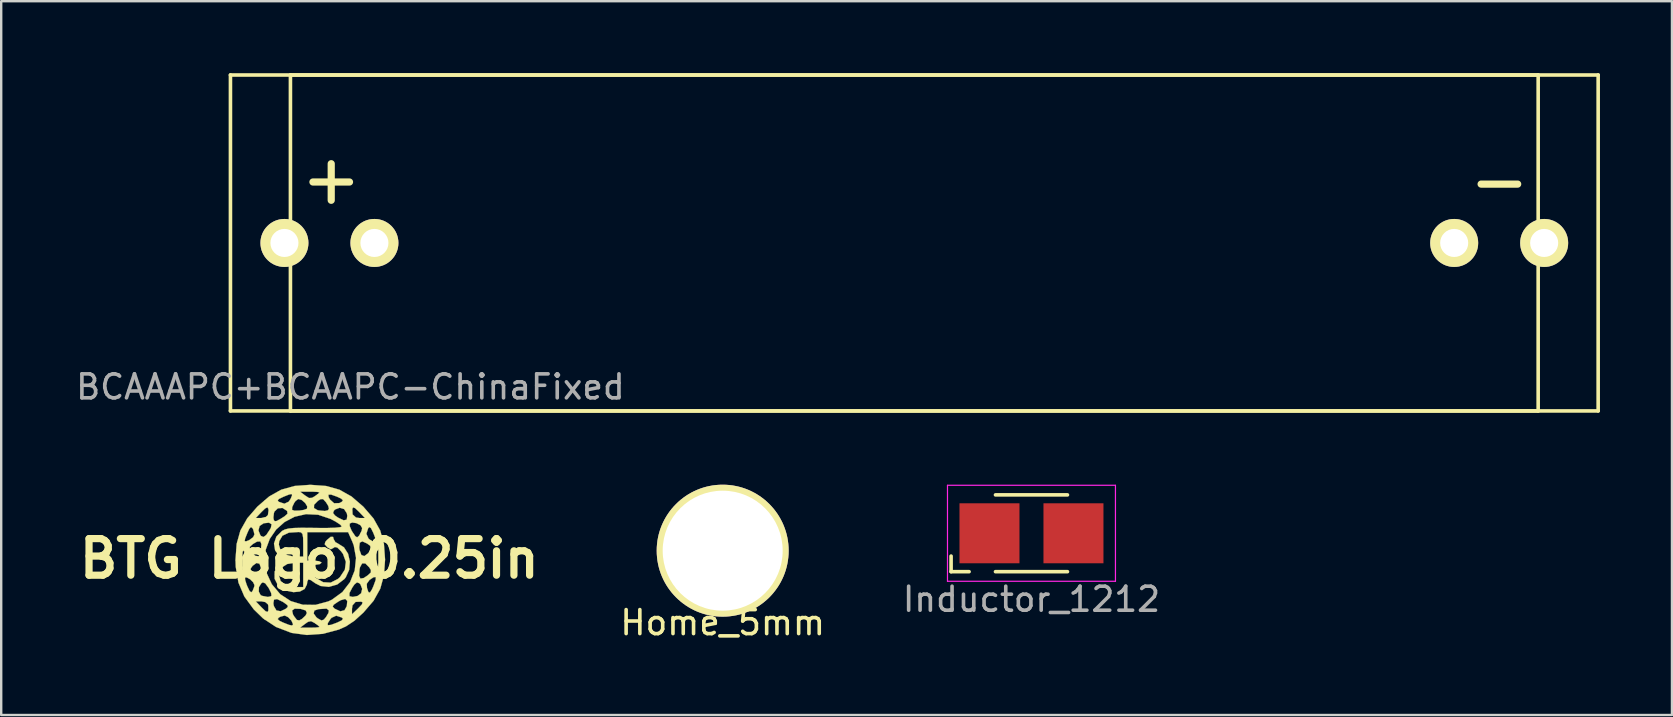
<source format=kicad_pcb>
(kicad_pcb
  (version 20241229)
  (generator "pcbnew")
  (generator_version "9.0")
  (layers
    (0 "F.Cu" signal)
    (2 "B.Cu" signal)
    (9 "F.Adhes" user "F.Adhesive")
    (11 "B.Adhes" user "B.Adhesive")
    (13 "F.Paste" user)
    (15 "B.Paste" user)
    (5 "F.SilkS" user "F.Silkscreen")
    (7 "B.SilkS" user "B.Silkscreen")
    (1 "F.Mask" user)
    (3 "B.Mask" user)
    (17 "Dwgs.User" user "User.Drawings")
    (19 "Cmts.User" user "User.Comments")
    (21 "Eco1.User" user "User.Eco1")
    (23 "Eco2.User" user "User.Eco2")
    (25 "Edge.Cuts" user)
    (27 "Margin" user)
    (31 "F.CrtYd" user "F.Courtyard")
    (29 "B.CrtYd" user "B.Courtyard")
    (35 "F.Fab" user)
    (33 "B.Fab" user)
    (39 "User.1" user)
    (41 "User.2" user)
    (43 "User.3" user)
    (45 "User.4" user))
  (footprint "BTG Logo 0.25in"
    (layer "F.Cu")
    (at 9.841 20.232)
    (property "Reference" "BTG Logo 0.25in" (at 0 0 0) (layer "F.SilkS") (effects (font (size 1.524 1.524) (thickness 0.3))))
    (attr through_hole)
    (fp_poly (pts (xy 0.699 -3.029) (xy 1.256 -2.873) (xy 1.76 -2.59) (xy 2.251 -2.166) (xy 2.674 -1.675) (xy 2.954 -1.175) (xy 3.109 -0.62) (xy 3.157 0.035) (xy 3.157 0.042) (xy 3.11 0.698) (xy 2.956 1.254) (xy 2.678 1.755) (xy 2.256 2.246) (xy 2.251 2.251) (xy 1.877 2.59) (xy 1.528 2.822) (xy 1.233 2.954) (xy 0.566 3.133) (xy -0.103 3.181) (xy -0.724 3.097) (xy -0.76 3.087) (xy -1.314 2.875) (xy -0.381 2.875) (xy 0.021 2.877) (xy 0.256 2.872) (xy 0.401 2.857) (xy 0.423 2.846) (xy 0.361 2.781) (xy 0.241 2.695) (xy 0.765 2.695) (xy 0.771 2.774) (xy 0.907 2.759) (xy 1.165 2.663) (xy 1.356 2.57) (xy 1.402 2.502) (xy 1.353 2.453) (xy 1.121 2.377) (xy 0.927 2.465) (xy 0.88 2.519) (xy 0.765 2.695) (xy 0.241 2.695) (xy 0.228 2.685) (xy 0.074 2.606) (xy -0.053 2.632) (xy -0.174 2.716) (xy -0.381 2.875) (xy -1.314 2.875) (xy -1.389 2.846) (xy -1.886 2.518) (xy -1.32 2.518) (xy -1.243 2.59) (xy -1.099 2.66) (xy -0.85 2.759) (xy -0.721 2.786) (xy -0.68 2.744) (xy -0.68 2.731) (xy -0.745 2.583) (xy -0.883 2.439) (xy -1.022 2.372) (xy -1.025 2.372) (xy -1.199 2.416) (xy -1.268 2.453) (xy -1.32 2.518) (xy -1.886 2.518) (xy -1.928 2.49) (xy -2.314 2.115) (xy -2.561 1.778) (xy -2.233 1.778) (xy -1.984 2.038) (xy -1.824 2.191) (xy -1.739 2.221) (xy -1.707 2.16) (xy -1.709 1.964) (xy -1.726 1.9) (xy -1.769 1.865) (xy -1.499 1.865) (xy -1.477 1.977) (xy -1.371 2.158) (xy -1.193 2.192) (xy -1.123 2.159) (xy -0.717 2.159) (xy -0.682 2.321) (xy -0.631 2.407) (xy -0.517 2.554) (xy -0.418 2.573) (xy -0.306 2.511) (xy -0.158 2.372) (xy -0.112 2.286) (xy 0.181 2.286) (xy 0.293 2.442) (xy 0.359 2.494) (xy 0.505 2.576) (xy 0.605 2.541) (xy 0.695 2.435) (xy 0.794 2.269) (xy 0.816 2.159) (xy 0.723 2.084) (xy 0.691 2.083) (xy 0.534 2.094) (xy 0.381 2.104) (xy 0.211 2.162) (xy 0.181 2.286) (xy -0.112 2.286) (xy -0.102 2.265) (xy -0.151 2.158) (xy -0.356 2.094) (xy -0.609 2.084) (xy -0.717 2.159) (xy -1.123 2.159) (xy -0.98 2.089) (xy -0.894 2.01) (xy -0.898 1.993) (xy 0.973 1.993) (xy 1.035 2.067) (xy 1.064 2.089) (xy 1.293 2.195) (xy 1.466 2.15) (xy 1.501 2.088) (xy 1.778 2.088) (xy 1.778 2.318) (xy 2.038 2.069) (xy 2.191 1.908) (xy 2.221 1.824) (xy 2.16 1.792) (xy 1.928 1.803) (xy 1.8 1.945) (xy 1.778 2.088) (xy 1.501 2.088) (xy 1.562 1.977) (xy 1.581 1.761) (xy 1.497 1.679) (xy 1.311 1.731) (xy 1.196 1.797) (xy 1.02 1.917) (xy 0.973 1.993) (xy -0.898 1.993) (xy -0.913 1.938) (xy -1.056 1.832) (xy -1.111 1.797) (xy -1.343 1.685) (xy -1.472 1.708) (xy -1.499 1.865) (xy -1.769 1.865) (xy -1.836 1.81) (xy -2.003 1.778) (xy -2.233 1.778) (xy -2.561 1.778) (xy -2.707 1.579) (xy -2.954 0.998) (xy -2.99 0.789) (xy -2.68 0.789) (xy -2.675 0.884) (xy -2.615 1.074) (xy -2.583 1.154) (xy -2.489 1.349) (xy -2.42 1.402) (xy -2.39 1.374) (xy -2.107 1.374) (xy -2.029 1.519) (xy -1.968 1.55) (xy -1.728 1.596) (xy -1.602 1.569) (xy -1.577 1.541) (xy -1.591 1.433) (xy -1.679 1.25) (xy -1.709 1.201) (xy -1.838 1.028) (xy -1.936 0.989) (xy -1.999 1.024) (xy -2.099 1.184) (xy -2.107 1.374) (xy -2.39 1.374) (xy -2.368 1.353) (xy -2.296 1.171) (xy -2.287 1.1) (xy -2.343 0.981) (xy -2.469 0.859) (xy -2.605 0.783) (xy -2.68 0.789) (xy -2.99 0.789) (xy -3.039 0.505) (xy -2.492 0.505) (xy -2.457 0.605) (xy -2.35 0.695) (xy -2.159 0.802) (xy -2.031 0.794) (xy -1.998 0.691) (xy -2.01 0.534) (xy -2.019 0.381) (xy -2.077 0.211) (xy -2.201 0.181) (xy -2.357 0.293) (xy -2.409 0.359) (xy -2.492 0.505) (xy -3.039 0.505) (xy -3.067 0.339) (xy -3.076 0.064) (xy -2.792 0.064) (xy -2.79 0.466) (xy -2.631 0.259) (xy -2.533 0.105) (xy -1.863 0.105) (xy -1.775 0.607) (xy -1.562 1.067) (xy -1.212 1.482) (xy -0.774 1.769) (xy -0.275 1.919) (xy 0.255 1.927) (xy 0.788 1.783) (xy 0.942 1.711) (xy 1.318 1.437) (xy 1.67 1.437) (xy 1.674 1.566) (xy 1.811 1.595) (xy 2.011 1.555) (xy 2.159 1.444) (xy 2.203 1.26) (xy 2.132 1.074) (xy 2.106 1.046) (xy 2.394 1.046) (xy 2.404 1.223) (xy 2.463 1.394) (xy 2.527 1.414) (xy 2.612 1.279) (xy 2.671 1.146) (xy 2.766 0.887) (xy 2.77 0.766) (xy 2.678 0.774) (xy 2.509 0.887) (xy 2.394 1.046) (xy 2.106 1.046) (xy 2.084 1.024) (xy 1.987 0.989) (xy 1.882 1.073) (xy 1.794 1.201) (xy 1.67 1.437) (xy 1.318 1.437) (xy 1.378 1.394) (xy 1.699 0.976) (xy 1.804 0.713) (xy 2.075 0.713) (xy 2.13 0.831) (xy 2.268 0.807) (xy 2.435 0.696) (xy 2.564 0.577) (xy 2.565 0.472) (xy 2.494 0.359) (xy 2.332 0.197) (xy 2.199 0.2) (xy 2.11 0.364) (xy 2.094 0.445) (xy 2.075 0.713) (xy 1.804 0.713) (xy 1.892 0.491) (xy 1.945 -0.013) (xy 2.613 -0.013) (xy 2.619 0.112) (xy 2.685 0.228) (xy 2.789 0.371) (xy 2.846 0.423) (xy 2.865 0.347) (xy 2.876 0.154) (xy 2.877 0.021) (xy 2.875 -0.381) (xy 2.716 -0.174) (xy 2.613 -0.013) (xy 1.945 -0.013) (xy 1.947 -0.03) (xy 1.867 -0.47) (xy 2.08 -0.47) (xy 2.094 -0.356) (xy 2.168 -0.152) (xy 2.291 -0.106) (xy 2.447 -0.22) (xy 2.511 -0.306) (xy 2.579 -0.441) (xy 2.535 -0.538) (xy 2.407 -0.631) (xy 2.21 -0.72) (xy 2.102 -0.667) (xy 2.08 -0.47) (xy 1.867 -0.47) (xy 1.852 -0.553) (xy 1.792 -0.708) (xy 1.618 -1.101) (xy -0.085 -1.101) (xy -0.085 0.085) (xy 0.212 0.085) (xy 0.408 0.106) (xy 0.505 0.158) (xy 0.508 0.169) (xy 0.434 0.229) (xy 0.257 0.254) (xy 0.254 0.254) (xy 0.058 0.3) (xy -0.001 0.424) (xy 0.076 0.605) (xy 0.26 0.797) (xy 0.579 0.982) (xy 0.89 0.999) (xy 1.189 0.847) (xy 1.277 0.769) (xy 1.48 0.462) (xy 1.523 0.131) (xy 1.404 -0.197) (xy 1.318 -0.313) (xy 1.167 -0.462) (xy 1.063 -0.485) (xy 1.006 -0.446) (xy 0.896 -0.39) (xy 0.763 -0.465) (xy 0.746 -0.481) (xy 0.641 -0.597) (xy 0.666 -0.697) (xy 0.732 -0.776) (xy 0.892 -0.91) (xy 0.991 -0.906) (xy 1.016 -0.81) (xy 1.086 -0.689) (xy 1.183 -0.636) (xy 1.443 -0.473) (xy 1.615 -0.205) (xy 1.69 0.122) (xy 1.661 0.465) (xy 1.518 0.778) (xy 1.46 0.851) (xy 1.162 1.078) (xy 0.816 1.176) (xy 0.47 1.139) (xy 0.252 1.028) (xy 0.059 0.893) (xy -0.04 0.865) (xy -0.083 0.952) (xy -0.1 1.074) (xy -0.195 1.264) (xy -0.395 1.371) (xy -0.659 1.396) (xy -0.945 1.338) (xy -1.21 1.195) (xy -1.316 1.096) (xy -1.446 0.838) (xy -1.446 0.677) (xy -1.27 0.677) (xy -1.195 0.931) (xy -0.985 1.105) (xy -0.66 1.183) (xy -0.574 1.185) (xy -0.254 1.185) (xy -0.254 0.169) (xy -0.574 0.169) (xy -0.922 0.224) (xy -1.16 0.377) (xy -1.266 0.615) (xy -1.27 0.677) (xy -1.446 0.677) (xy -1.445 0.539) (xy -1.315 0.263) (xy -1.281 0.224) (xy -1.161 0.079) (xy -1.156 -0.011) (xy -1.234 -0.09) (xy -1.426 -0.343) (xy -1.464 -0.584) (xy -1.27 -0.584) (xy -1.195 -0.337) (xy -0.984 -0.165) (xy -0.661 -0.088) (xy -0.574 -0.085) (xy -0.254 -0.085) (xy -0.254 -0.593) (xy -0.259 -0.876) (xy -0.286 -1.029) (xy -0.348 -1.095) (xy -0.445 -1.11) (xy -0.849 -1.084) (xy -1.12 -0.957) (xy -1.254 -0.73) (xy -1.27 -0.584) (xy -1.464 -0.584) (xy -1.472 -0.633) (xy -1.374 -0.917) (xy -1.138 -1.154) (xy -1.138 -1.154) (xy -1.02 -1.215) (xy -0.865 -1.255) (xy -0.641 -1.278) (xy -0.316 -1.286) (xy 0.141 -1.282) (xy 0.221 -1.28) (xy 0.707 -1.277) (xy 1.068 -1.288) (xy 1.289 -1.312) (xy 1.355 -1.343) (xy 1.342 -1.357) (xy 1.682 -1.357) (xy 1.76 -1.173) (xy 1.797 -1.111) (xy 1.917 -0.935) (xy 1.993 -0.888) (xy 2.067 -0.95) (xy 2.089 -0.98) (xy 2.117 -1.036) (xy 2.377 -1.036) (xy 2.465 -0.842) (xy 2.519 -0.795) (xy 2.689 -0.694) (xy 2.785 -0.693) (xy 2.794 -0.722) (xy 2.764 -0.822) (xy 2.69 -1.015) (xy 2.663 -1.081) (xy 2.57 -1.271) (xy 2.502 -1.318) (xy 2.453 -1.269) (xy 2.377 -1.036) (xy 2.117 -1.036) (xy 2.181 -1.167) (xy 2.201 -1.277) (xy 2.13 -1.395) (xy 1.965 -1.48) (xy 1.786 -1.505) (xy 1.685 -1.465) (xy 1.682 -1.357) (xy 1.342 -1.357) (xy 1.284 -1.421) (xy 1.102 -1.541) (xy 0.889 -1.655) (xy 0.367 -1.83) (xy -0.138 -1.855) (xy -0.609 -1.748) (xy -1.029 -1.528) (xy -1.382 -1.214) (xy -1.649 -0.824) (xy -1.815 -0.378) (xy -1.863 0.105) (xy -2.533 0.105) (xy -2.528 0.098) (xy -2.534 -0.027) (xy -2.601 -0.143) (xy -2.705 -0.286) (xy -2.761 -0.339) (xy -2.78 -0.263) (xy -2.791 -0.069) (xy -2.792 0.064) (xy -3.076 0.064) (xy -3.077 0.042) (xy -3.045 -0.387) (xy -2.48 -0.387) (xy -2.409 -0.274) (xy -2.249 -0.117) (xy -2.111 -0.102) (xy -2.029 -0.227) (xy -2.019 -0.296) (xy -2.006 -0.499) (xy -1.998 -0.607) (xy -2.041 -0.716) (xy -2.177 -0.711) (xy -2.35 -0.611) (xy -2.479 -0.493) (xy -2.48 -0.387) (xy -3.045 -0.387) (xy -3.029 -0.614) (xy -2.996 -0.731) (xy -2.695 -0.731) (xy -2.634 -0.721) (xy -2.498 -0.777) (xy -2.342 -0.893) (xy -2.287 -1.008) (xy -2.327 -1.177) (xy -2.121 -1.177) (xy -2.042 -0.979) (xy -2.012 -0.945) (xy -1.911 -0.903) (xy -1.794 -0.986) (xy -1.645 -1.211) (xy -1.602 -1.286) (xy -1.573 -1.434) (xy -1.682 -1.499) (xy -1.901 -1.475) (xy -2.07 -1.363) (xy -2.121 -1.177) (xy -2.327 -1.177) (xy -2.333 -1.199) (xy -2.368 -1.269) (xy -2.432 -1.319) (xy -2.504 -1.24) (xy -2.578 -1.081) (xy -2.674 -0.842) (xy -2.695 -0.731) (xy -2.996 -0.731) (xy -2.873 -1.172) (xy -2.59 -1.675) (xy -2.575 -1.693) (xy -2.233 -1.693) (xy -2.003 -1.693) (xy -1.93 -1.709) (xy -1.498 -1.709) (xy -1.478 -1.603) (xy -1.434 -1.56) (xy -1.356 -1.572) (xy -1.206 -1.654) (xy -1.036 -1.761) (xy -0.908 -1.873) (xy -0.912 -1.902) (xy 0.989 -1.902) (xy 1.072 -1.798) (xy 1.204 -1.707) (xy 1.432 -1.598) (xy 1.558 -1.625) (xy 1.582 -1.786) (xy 1.562 -1.893) (xy 1.449 -2.066) (xy 1.417 -2.076) (xy 1.792 -2.076) (xy 1.803 -1.843) (xy 1.945 -1.715) (xy 2.088 -1.693) (xy 2.318 -1.693) (xy 2.069 -1.954) (xy 1.908 -2.106) (xy 1.824 -2.136) (xy 1.792 -2.076) (xy 1.417 -2.076) (xy 1.265 -2.122) (xy 1.074 -2.049) (xy 1.024 -1.999) (xy 0.989 -1.902) (xy -0.912 -1.902) (xy -0.922 -1.977) (xy -0.94 -2) (xy -0.991 -2.032) (xy -0.72 -2.032) (xy -0.619 -2.001) (xy -0.431 -2.002) (xy -0.231 -2.031) (xy -0.098 -2.081) (xy -0.095 -2.083) (xy -0.094 -2.109) (xy 0.195 -2.109) (xy 0.345 -2.02) (xy 0.402 -2.009) (xy 0.65 -1.986) (xy 0.777 -2.017) (xy 0.818 -2.08) (xy 0.789 -2.198) (xy 0.695 -2.35) (xy 0.577 -2.479) (xy 0.472 -2.48) (xy 0.359 -2.409) (xy 0.199 -2.246) (xy 0.195 -2.109) (xy -0.094 -2.109) (xy -0.089 -2.181) (xy -0.174 -2.321) (xy -0.313 -2.441) (xy -0.325 -2.448) (xy -0.462 -2.486) (xy -0.575 -2.401) (xy -0.63 -2.324) (xy -0.714 -2.149) (xy -0.72 -2.032) (xy -0.991 -2.032) (xy -1.119 -2.113) (xy -1.311 -2.097) (xy -1.452 -1.964) (xy -1.475 -1.901) (xy -1.498 -1.709) (xy -1.93 -1.709) (xy -1.817 -1.734) (xy -1.726 -1.815) (xy -1.7 -2.007) (xy -1.707 -2.076) (xy -1.748 -2.139) (xy -1.842 -2.091) (xy -1.984 -1.954) (xy -2.233 -1.693) (xy -2.575 -1.693) (xy -2.166 -2.166) (xy -1.875 -2.418) (xy -1.318 -2.418) (xy -1.269 -2.368) (xy -1.039 -2.291) (xy -0.857 -2.375) (xy -0.777 -2.498) (xy -0.719 -2.641) (xy -0.736 -2.696) (xy -0.855 -2.669) (xy -1.081 -2.578) (xy -1.271 -2.486) (xy -1.318 -2.418) (xy -1.875 -2.418) (xy -1.671 -2.593) (xy -1.319 -2.79) (xy -0.381 -2.79) (xy -0.174 -2.631) (xy -0.013 -2.528) (xy 0.112 -2.534) (xy 0.228 -2.601) (xy 0.318 -2.666) (xy 0.794 -2.666) (xy 0.805 -2.565) (xy 0.861 -2.464) (xy 1.034 -2.309) (xy 1.251 -2.316) (xy 1.353 -2.368) (xy 1.402 -2.432) (xy 1.323 -2.504) (xy 1.154 -2.583) (xy 0.907 -2.671) (xy 0.794 -2.666) (xy 0.318 -2.666) (xy 0.371 -2.705) (xy 0.423 -2.761) (xy 0.347 -2.78) (xy 0.154 -2.791) (xy 0.021 -2.792) (xy -0.381 -2.79) (xy -1.319 -2.79) (xy -1.167 -2.875) (xy -0.609 -3.03) (xy 0.042 -3.077) (xy 0.699 -3.029)) (stroke (width 0.01) (type solid)) (fill yes) (layer "F.SilkS")))
  (footprint "Home_5mm"
    (layer "F.Cu")
    (at 27.068 19.9)
    (property "Reference" "Home_5mm" (at 0 3 0) (layer "F.SilkS") (effects (font (size 1 1) (thickness 0.15))))
    (attr through_hole)
    (pad "1" thru_hole circle (at 0 0) (size 5.5 5.5) (drill 5) (layers "*.Cu" "*.Mask" "F.SilkS")))
  (footprint "BCAAAPC+BCAAPC-ChinaFixed"
    (layer "F.Cu")
    (at 35.054 7.075)
    (property "Reference" "BCAAAPC+BCAAPC-ChinaFixed" (at -23.5 6 0) (layer "F.Fab") (effects (font (size 1 1) (thickness 0.15))))
    (attr through_hole)
    (fp_line (start -28.501 -7) (end 28.501 -7) (stroke (width 0.15) (type solid)) (layer "F.SilkS"))
    (fp_line (start -28.5 7) (end -28.5 -7) (stroke (width 0.15) (type solid)) (layer "F.SilkS"))
    (fp_line (start -26 -7) (end 26 -7) (stroke (width 0.15) (type solid)) (layer "F.SilkS"))
    (fp_line (start -26 7) (end -26 -7) (stroke (width 0.15) (type solid)) (layer "F.SilkS"))
    (fp_line (start 26 -7) (end 26 7) (stroke (width 0.15) (type solid)) (layer "F.SilkS"))
    (fp_line (start 26 7) (end -26 7) (stroke (width 0.15) (type solid)) (layer "F.SilkS"))
    (fp_line (start 28.5 -7) (end 28.5 7) (stroke (width 0.15) (type solid)) (layer "F.SilkS"))
    (fp_line (start 28.501 7) (end -28.501 7) (stroke (width 0.15) (type solid)) (layer "F.SilkS"))
    (fp_text user "+" (at -24.448 -2.54 90) (layer "F.SilkS") (effects (font (size 2 2) (thickness 0.3))))
    (fp_text user "-" (at 24.384 -2.6 0) (layer "F.SilkS") (effects (font (size 2 2) (thickness 0.3))))
    (pad "1" thru_hole circle (at -26.25 0) (size 2 2) (drill 1.17) (layers "*.Cu" "*.Mask" "F.SilkS"))
    (pad "1" thru_hole circle (at -22.5 0) (size 2 2) (drill 1.17) (layers "*.Cu" "*.Mask" "F.SilkS"))
    (pad "2" thru_hole circle (at 22.5 0) (size 2 2) (drill 1.17) (layers "*.Cu" "*.Mask" "F.SilkS"))
    (pad "2" thru_hole circle (at 26.25 0) (size 2 2) (drill 1.17) (layers "*.Cu" "*.Mask" "F.SilkS")))
  (footprint "Inductor_1212"
    (layer "F.Cu")
    (at 39.937 19.175)
    (property "Reference" "Inductor_1212" (at 0 2.75 0) (layer "F.Fab") (effects (font (size 1 1) (thickness 0.15))))
    (attr smd)
    (fp_line (start -3.35 1.6) (end -3.35 0.95) (stroke (width 0.15) (type solid)) (layer "F.SilkS"))
    (fp_line (start -2.6 1.6) (end -3.35 1.6) (stroke (width 0.15) (type solid)) (layer "F.SilkS"))
    (fp_line (start -1.5 -1.6) (end 1.5 -1.6) (stroke (width 0.15) (type solid)) (layer "F.SilkS"))
    (fp_line (start 1.5 1.6) (end -1.5 1.6) (stroke (width 0.15) (type solid)) (layer "F.SilkS"))
    (fp_line (start -3.5 -2) (end 3.5 -2) (stroke (width 0.05) (type solid)) (layer "F.CrtYd"))
    (fp_line (start -3.5 2) (end -3.5 -2) (stroke (width 0.05) (type solid)) (layer "F.CrtYd"))
    (fp_line (start 3.5 -2) (end 3.5 2) (stroke (width 0.05) (type solid)) (layer "F.CrtYd"))
    (fp_line (start 3.5 2) (end -3.5 2) (stroke (width 0.05) (type solid)) (layer "F.CrtYd"))
    (pad "1" smd rect (at -1.75 0) (size 2.5 2.5) (layers "F.Cu" "F.Mask" "F.Paste"))
    (pad "2" smd rect (at 1.75 0) (size 2.5 2.5) (layers "F.Cu" "F.Mask" "F.Paste")))
  (gr_rect
    (start -3 -3)
    (end 66.63 26.749)
    (stroke (width 0.1) (type default))
    (fill no)
    (layer "Edge.Cuts")))
</source>
